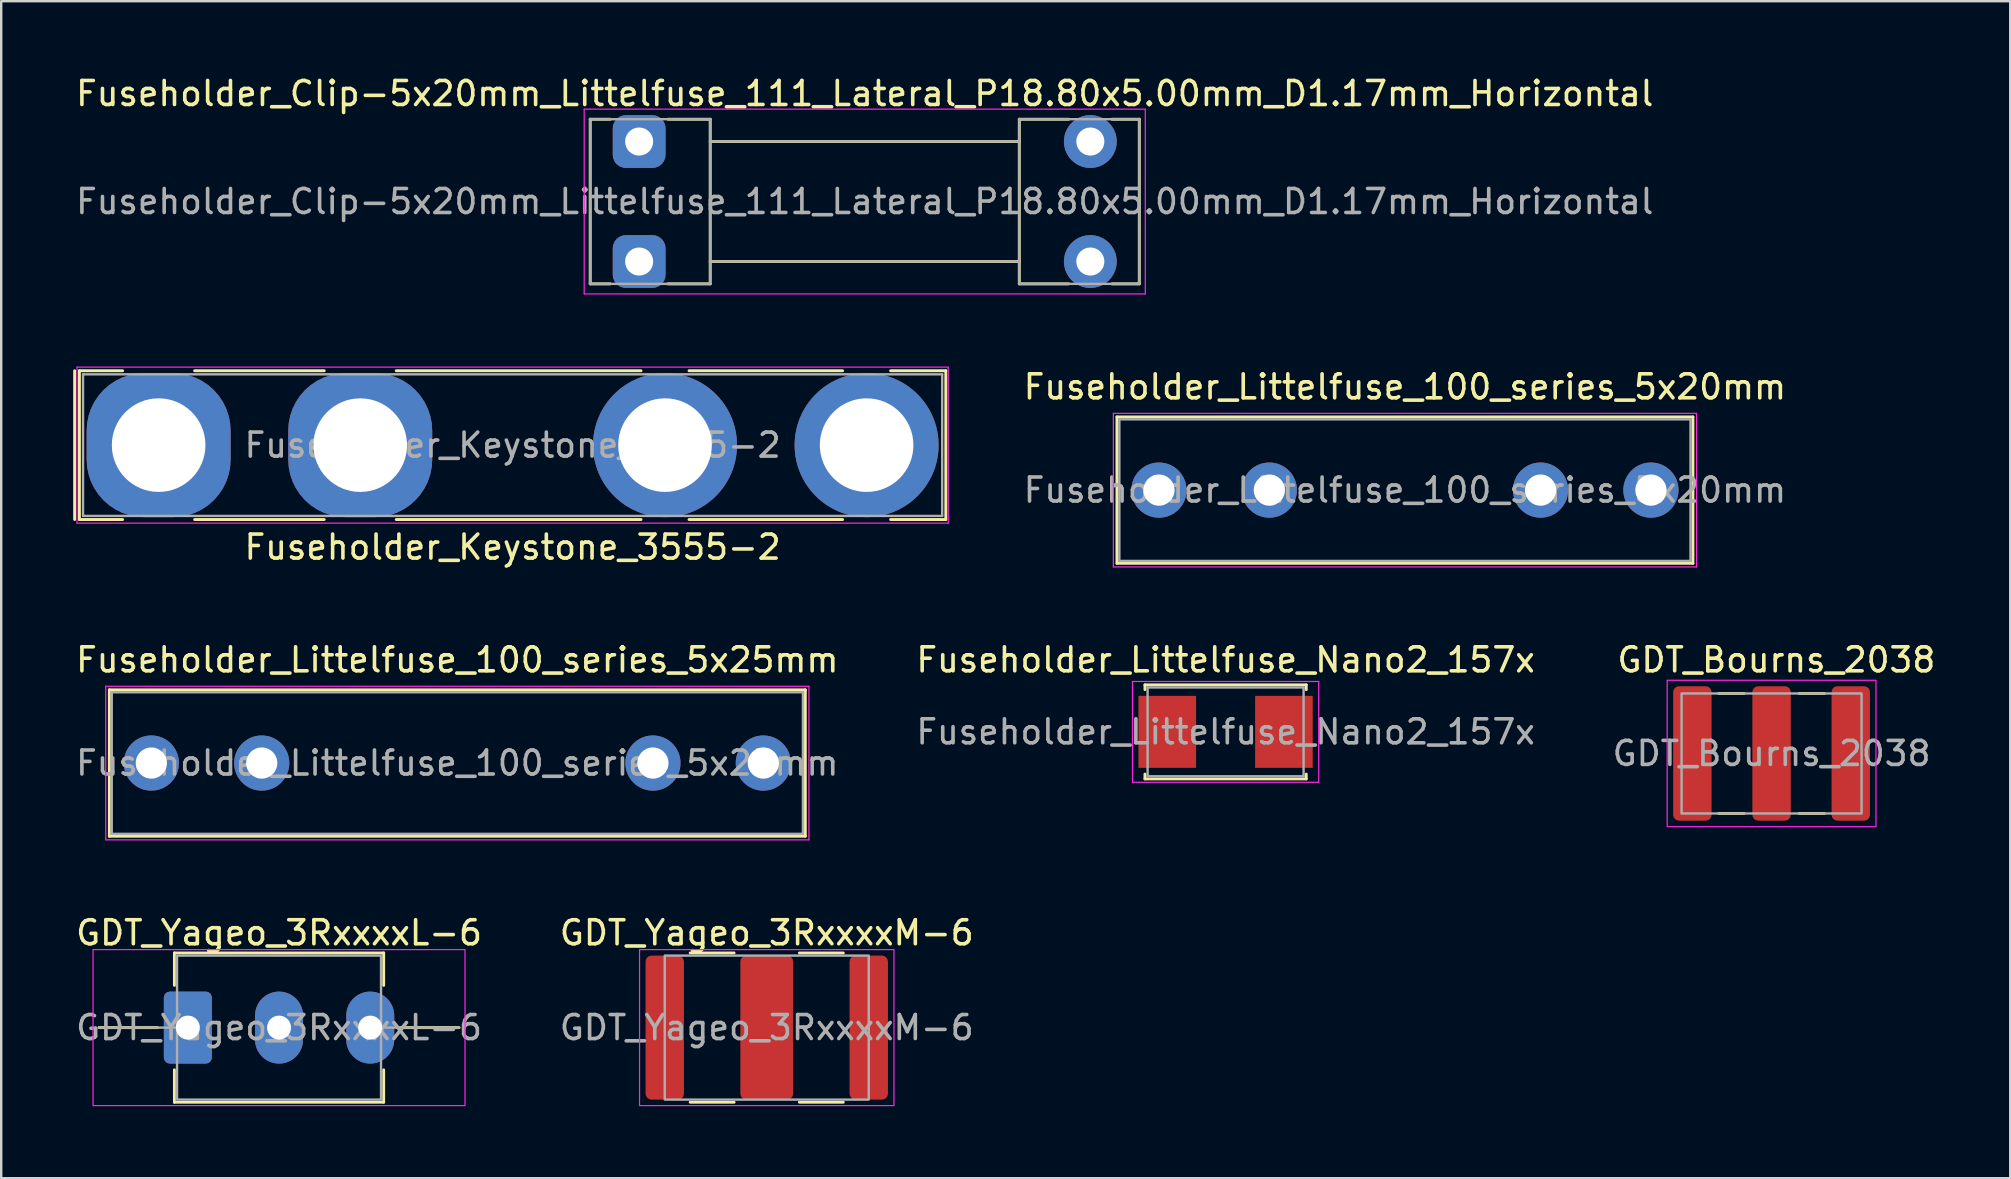
<source format=kicad_pcb>
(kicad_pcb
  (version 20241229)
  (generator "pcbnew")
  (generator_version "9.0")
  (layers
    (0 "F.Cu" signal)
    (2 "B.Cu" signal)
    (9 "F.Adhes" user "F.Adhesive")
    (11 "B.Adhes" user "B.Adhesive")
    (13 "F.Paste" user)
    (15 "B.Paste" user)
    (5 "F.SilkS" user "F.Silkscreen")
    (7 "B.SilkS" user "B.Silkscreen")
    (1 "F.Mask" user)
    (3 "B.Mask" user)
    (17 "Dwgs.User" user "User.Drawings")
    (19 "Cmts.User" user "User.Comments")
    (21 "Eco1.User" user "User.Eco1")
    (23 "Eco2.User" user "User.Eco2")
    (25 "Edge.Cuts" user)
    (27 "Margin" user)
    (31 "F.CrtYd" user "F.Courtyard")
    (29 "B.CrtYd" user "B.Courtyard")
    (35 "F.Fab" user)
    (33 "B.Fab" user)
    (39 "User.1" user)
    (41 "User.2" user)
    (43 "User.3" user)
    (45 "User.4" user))
  (footprint "Fuseholder_Littelfuse_100_series_5x20mm"
    (layer "F.Cu")
    (at 45.241 17.372)
    (property "Reference" "Fuseholder_Littelfuse_100_series_5x20mm" (at 10.25 -4.3 0) (unlocked yes) (layer "F.SilkS") (effects (font (size 1 1) (thickness 0.15))))
    (attr through_hole)
    (fp_line (start -1.75 -3.05) (end 22.25 -3.05) (stroke (width 0.12) (type solid)) (layer "F.SilkS"))
    (fp_line (start -1.75 3.05) (end -1.75 -3.05) (stroke (width 0.12) (type solid)) (layer "F.SilkS"))
    (fp_line (start 22.25 -3.05) (end 22.25 3.05) (stroke (width 0.12) (type solid)) (layer "F.SilkS"))
    (fp_line (start 22.25 3.05) (end -1.75 3.05) (stroke (width 0.12) (type solid)) (layer "F.SilkS"))
    (fp_line (start -1.9 -3.2) (end 22.4 -3.2) (stroke (width 0.05) (type solid)) (layer "F.CrtYd"))
    (fp_line (start -1.9 3.2) (end -1.9 -3.2) (stroke (width 0.05) (type solid)) (layer "F.CrtYd"))
    (fp_line (start 22.4 -3.2) (end 22.4 3.2) (stroke (width 0.05) (type solid)) (layer "F.CrtYd"))
    (fp_line (start 22.4 3.2) (end -1.9 3.2) (stroke (width 0.05) (type solid)) (layer "F.CrtYd"))
    (fp_line (start -1.65 -2.95) (end 22.15 -2.95) (stroke (width 0.1) (type solid)) (layer "F.Fab"))
    (fp_line (start -1.65 2.95) (end -1.65 -2.95) (stroke (width 0.1) (type solid)) (layer "F.Fab"))
    (fp_line (start 22.15 -2.95) (end 22.15 2.95) (stroke (width 0.1) (type solid)) (layer "F.Fab"))
    (fp_line (start 22.15 2.95) (end -1.65 2.95) (stroke (width 0.1) (type solid)) (layer "F.Fab"))
    (fp_text user "${REFERENCE}" (at 10.25 0 0) (unlocked yes) (layer "F.Fab") (effects (font (size 1 1) (thickness 0.15))))
    (pad "1" thru_hole circle (at 0 0) (size 2.3 2.3) (drill 1.3) (layers "*.Cu" "*.Mask"))
    (pad "1" thru_hole circle (at 4.6 0) (size 2.3 2.3) (drill 1.3) (layers "*.Cu" "*.Mask"))
    (pad "2" thru_hole circle (at 15.9 0) (size 2.3 2.3) (drill 1.3) (layers "*.Cu" "*.Mask"))
    (pad "2" thru_hole circle (at 20.5 0) (size 2.3 2.3) (drill 1.3) (layers "*.Cu" "*.Mask")))
  (footprint "Fuseholder_Littelfuse_Nano2_157x"
    (layer "F.Cu")
    (at 48.018 27.445)
    (property "Reference" "Fuseholder_Littelfuse_Nano2_157x" (at 0 -3 0) (layer "F.SilkS") (effects (font (size 1 1) (thickness 0.15))))
    (attr smd)
    (fp_line (start -3.36 -1.96) (end -3.36 -1.76) (stroke (width 0.12) (type solid)) (layer "F.SilkS"))
    (fp_line (start -3.36 -1.96) (end 3.36 -1.96) (stroke (width 0.12) (type solid)) (layer "F.SilkS"))
    (fp_line (start -3.36 1.76) (end -3.36 1.96) (stroke (width 0.12) (type solid)) (layer "F.SilkS"))
    (fp_line (start -3.36 1.96) (end 3.36 1.96) (stroke (width 0.12) (type solid)) (layer "F.SilkS"))
    (fp_line (start 3.36 -1.96) (end 3.36 -1.76) (stroke (width 0.12) (type solid)) (layer "F.SilkS"))
    (fp_line (start 3.36 1.76) (end 3.36 1.96) (stroke (width 0.12) (type solid)) (layer "F.SilkS"))
    (fp_line (start -3.88 -2.1) (end -3.88 2.1) (stroke (width 0.05) (type solid)) (layer "F.CrtYd"))
    (fp_line (start -3.88 -2.1) (end 3.88 -2.1) (stroke (width 0.05) (type solid)) (layer "F.CrtYd"))
    (fp_line (start -3.88 2.1) (end 3.88 2.1) (stroke (width 0.05) (type solid)) (layer "F.CrtYd"))
    (fp_line (start 3.88 -2.1) (end 3.88 2.1) (stroke (width 0.05) (type solid)) (layer "F.CrtYd"))
    (fp_line (start -3.25 -1.85) (end -3.25 1.85) (stroke (width 0.1) (type solid)) (layer "F.Fab"))
    (fp_line (start -3.25 -1.85) (end 3.25 -1.85) (stroke (width 0.1) (type solid)) (layer "F.Fab"))
    (fp_line (start -3.25 1.85) (end 3.25 1.85) (stroke (width 0.1) (type solid)) (layer "F.Fab"))
    (fp_line (start 3.25 -1.85) (end 3.25 1.85) (stroke (width 0.1) (type solid)) (layer "F.Fab"))
    (fp_text user "${REFERENCE}" (at 0 0 0) (layer "F.Fab") (effects (font (size 1 1) (thickness 0.15))))
    (pad "1" smd rect (at -2.43 0) (size 2.4 3) (layers "F.Cu" "F.Mask" "F.Paste"))
    (pad "2" smd rect (at 2.43 0) (size 2.4 3) (layers "F.Cu" "F.Mask" "F.Paste")))
  (footprint "GDT_Yageo_3RxxxxM-6"
    (layer "F.Cu")
    (at 28.899 39.768)
    (property "Reference" "GDT_Yageo_3RxxxxM-6" (at 0 -3.95 0) (layer "F.SilkS") (effects (font (size 1 1) (thickness 0.15))))
    (attr smd)
    (fp_line (start -3.19 -3.11) (end -1.36 -3.11) (stroke (width 0.12) (type solid)) (layer "F.SilkS"))
    (fp_line (start -1.36 3.11) (end -3.19 3.11) (stroke (width 0.12) (type solid)) (layer "F.SilkS"))
    (fp_line (start 1.36 -3.11) (end 3.19 -3.11) (stroke (width 0.12) (type solid)) (layer "F.SilkS"))
    (fp_line (start 3.19 3.11) (end 1.36 3.11) (stroke (width 0.12) (type solid)) (layer "F.SilkS"))
    (fp_rect (start -5.3 -3.25) (end 5.3 3.25) (stroke (width 0.05) (type solid)) (fill no) (layer "F.CrtYd"))
    (fp_rect (start -4.25 -3) (end 4.25 3) (stroke (width 0.1) (type solid)) (fill no) (layer "F.Fab"))
    (fp_text user "${REFERENCE}" (at 0 0 0) (layer "F.Fab") (effects (font (size 1 1) (thickness 0.15))))
    (pad "1" smd roundrect (at -4.25 0) (size 1.6 6) (layers "F.Cu" "F.Mask" "F.Paste") (roundrect_rratio 0.156))
    (pad "2" smd roundrect (at 0 0) (size 2.2 6) (layers "F.Cu" "F.Mask" "F.Paste") (roundrect_rratio 0.114))
    (pad "3" smd roundrect (at 4.25 0) (size 1.6 6) (layers "F.Cu" "F.Mask" "F.Paste") (roundrect_rratio 0.156)))
  (footprint "GDT_Yageo_3RxxxxL-6"
    (layer "F.Cu")
    (at 4.777 39.768)
    (property "Reference" "GDT_Yageo_3RxxxxL-6" (at 3.8 -3.95 0) (layer "F.SilkS") (effects (font (size 1 1) (thickness 0.15))))
    (attr through_hole)
    (fp_line (start -3.7 0) (end -1.26 0) (stroke (width 0.12) (type solid)) (layer "F.SilkS"))
    (fp_line (start -0.56 -3.11) (end 8.16 -3.11) (stroke (width 0.12) (type solid)) (layer "F.SilkS"))
    (fp_line (start -0.56 -1.76) (end -0.56 -3.11) (stroke (width 0.12) (type solid)) (layer "F.SilkS"))
    (fp_line (start -0.56 3.11) (end -0.56 1.76) (stroke (width 0.12) (type solid)) (layer "F.SilkS"))
    (fp_line (start 8.16 -3.11) (end 8.16 -1.76) (stroke (width 0.12) (type solid)) (layer "F.SilkS"))
    (fp_line (start 8.16 1.76) (end 8.16 3.11) (stroke (width 0.12) (type solid)) (layer "F.SilkS"))
    (fp_line (start 8.16 3.11) (end -0.56 3.11) (stroke (width 0.12) (type solid)) (layer "F.SilkS"))
    (fp_line (start 8.86 0) (end 11.3 0) (stroke (width 0.12) (type solid)) (layer "F.SilkS"))
    (fp_rect (start -3.95 -3.25) (end 11.55 3.25) (stroke (width 0.05) (type solid)) (fill no) (layer "F.CrtYd"))
    (fp_line (start -3.7 0) (end -0.45 0) (stroke (width 0.1) (type solid)) (layer "F.Fab"))
    (fp_line (start 8.05 0) (end 11.3 0) (stroke (width 0.1) (type solid)) (layer "F.Fab"))
    (fp_rect (start -0.45 -3) (end 8.05 3) (stroke (width 0.1) (type solid)) (fill no) (layer "F.Fab"))
    (fp_text user "${REFERENCE}" (at 3.8 0 0) (layer "F.Fab") (effects (font (size 1 1) (thickness 0.15))))
    (pad "1" thru_hole roundrect (at 0 0) (size 2 3) (drill 1) (layers "*.Cu" "*.Mask") (roundrect_rratio 0.125))
    (pad "2" thru_hole oval (at 3.8 0) (size 2 3) (drill 1) (layers "*.Cu" "*.Mask"))
    (pad "3" thru_hole oval (at 7.6 0) (size 2 3) (drill 1) (layers "*.Cu" "*.Mask")))
  (footprint "Fuseholder_Clip-5x20mm_Littelfuse_111_Lateral_P18.80x5.00mm_D1.17mm_Horizontal"
    (layer "F.Cu")
    (at 23.582 2.848)
    (property "Reference" "Fuseholder_Clip-5x20mm_Littelfuse_111_Lateral_P18.80x5.00mm_D1.17mm_Horizontal" (at 9.4 -2 0) (layer "F.SilkS") (effects (font (size 1 1) (thickness 0.15))))
    (attr through_hole)
    (fp_line (start -2.04 5.93) (end -2.04 -0.93) (stroke (width 0.12) (type solid)) (layer "F.SilkS"))
    (fp_line (start -1.2 -0.93) (end -2.04 -0.93) (stroke (width 0.12) (type solid)) (layer "F.SilkS"))
    (fp_line (start -1.2 5.93) (end -2.04 5.93) (stroke (width 0.12) (type solid)) (layer "F.SilkS"))
    (fp_line (start 2.96 -0.93) (end 1.2 -0.93) (stroke (width 0.12) (type solid)) (layer "F.SilkS"))
    (fp_line (start 2.96 -0.93) (end 2.96 5.93) (stroke (width 0.12) (type solid)) (layer "F.SilkS"))
    (fp_line (start 2.96 5.93) (end 1.2 5.93) (stroke (width 0.12) (type solid)) (layer "F.SilkS"))
    (fp_line (start 15.84 -0.93) (end 15.84 5.93) (stroke (width 0.12) (type solid)) (layer "F.SilkS"))
    (fp_line (start 15.84 0) (end 2.96 0) (stroke (width 0.12) (type solid)) (layer "F.SilkS"))
    (fp_line (start 15.84 5) (end 2.96 5) (stroke (width 0.12) (type solid)) (layer "F.SilkS"))
    (fp_line (start 17.9 -0.93) (end 15.84 -0.93) (stroke (width 0.12) (type solid)) (layer "F.SilkS"))
    (fp_line (start 17.9 5.93) (end 15.84 5.93) (stroke (width 0.12) (type solid)) (layer "F.SilkS"))
    (fp_line (start 19.7 -0.93) (end 20.84 -0.93) (stroke (width 0.12) (type solid)) (layer "F.SilkS"))
    (fp_line (start 19.7 5.93) (end 20.84 5.93) (stroke (width 0.12) (type solid)) (layer "F.SilkS"))
    (fp_line (start 20.84 -0.93) (end 20.84 5.93) (stroke (width 0.12) (type solid)) (layer "F.SilkS"))
    (fp_line (start -2.29 -1.35) (end -2.29 6.35) (stroke (width 0.05) (type solid)) (layer "F.CrtYd"))
    (fp_line (start -2.29 -1.35) (end 21.09 -1.35) (stroke (width 0.05) (type solid)) (layer "F.CrtYd"))
    (fp_line (start 21.09 6.35) (end -2.29 6.35) (stroke (width 0.05) (type solid)) (layer "F.CrtYd"))
    (fp_line (start 21.09 6.35) (end 21.09 -1.35) (stroke (width 0.05) (type solid)) (layer "F.CrtYd"))
    (fp_line (start -2.04 -0.93) (end 2.96 -0.93) (stroke (width 0.1) (type solid)) (layer "F.Fab"))
    (fp_line (start -2.04 5.93) (end -2.04 -0.93) (stroke (width 0.1) (type solid)) (layer "F.Fab"))
    (fp_line (start 2.96 -0.93) (end 2.96 5.93) (stroke (width 0.1) (type solid)) (layer "F.Fab"))
    (fp_line (start 2.96 0) (end 15.84 0) (stroke (width 0.1) (type solid)) (layer "F.Fab"))
    (fp_line (start 2.96 5.93) (end -2.04 5.93) (stroke (width 0.1) (type solid)) (layer "F.Fab"))
    (fp_line (start 15.84 -0.93) (end 15.84 5.93) (stroke (width 0.1) (type solid)) (layer "F.Fab"))
    (fp_line (start 15.84 5) (end 2.96 5) (stroke (width 0.1) (type solid)) (layer "F.Fab"))
    (fp_line (start 15.84 5.93) (end 20.84 5.93) (stroke (width 0.1) (type solid)) (layer "F.Fab"))
    (fp_line (start 20.84 -0.93) (end 15.84 -0.93) (stroke (width 0.1) (type solid)) (layer "F.Fab"))
    (fp_line (start 20.84 5.93) (end 20.84 -0.93) (stroke (width 0.1) (type solid)) (layer "F.Fab"))
    (fp_text user "${REFERENCE}" (at 9.4 2.5 0) (layer "F.Fab") (effects (font (size 1 1) (thickness 0.15))))
    (pad "1" thru_hole roundrect (at 0 0) (size 2.2 2.2) (drill 1.17) (layers "*.Cu" "*.Mask") (roundrect_rratio 0.25))
    (pad "1" thru_hole roundrect (at 0 5) (size 2.2 2.2) (drill 1.17) (layers "*.Cu" "*.Mask") (roundrect_rratio 0.25))
    (pad "2" thru_hole circle (at 18.8 0) (size 2.2 2.2) (drill 1.17) (layers "*.Cu" "*.Mask"))
    (pad "2" thru_hole circle (at 18.8 5) (size 2.2 2.2) (drill 1.17) (layers "*.Cu" "*.Mask")))
  (footprint "GDT_Bourns_2038"
    (layer "F.Cu")
    (at 70.768 28.345)
    (property "Reference" "GDT_Bourns_2038" (at 0.2 -3.9 0) (unlocked yes) (layer "F.SilkS") (effects (font (size 1 1) (thickness 0.15))))
    (attr smd)
    (fp_line (start -2.2 -2.5) (end -1.15 -2.5) (stroke (width 0.12) (type solid)) (layer "F.SilkS"))
    (fp_line (start -2.2 2.5) (end -1.15 2.5) (stroke (width 0.12) (type solid)) (layer "F.SilkS"))
    (fp_line (start 1.15 -2.5) (end 2.2 -2.5) (stroke (width 0.12) (type solid)) (layer "F.SilkS"))
    (fp_line (start 1.15 2.5) (end 2.2 2.5) (stroke (width 0.12) (type solid)) (layer "F.SilkS"))
    (fp_rect (start -4.35 -3.05) (end 4.35 3.05) (stroke (width 0.05) (type solid)) (fill no) (layer "F.CrtYd"))
    (fp_rect (start -3.75 -2.5) (end 3.75 2.5) (stroke (width 0.1) (type solid)) (fill no) (layer "F.Fab"))
    (fp_text user "${REFERENCE}" (at 0 0 0) (unlocked yes) (layer "F.Fab") (effects (font (size 1 1) (thickness 0.15))))
    (pad "1" smd roundrect (at -3.3 0 180) (size 1.6 5.6) (layers "F.Cu" "F.Mask" "F.Paste") (roundrect_rratio 0.15))
    (pad "2" smd roundrect (at 0 0 180) (size 1.6 5.6) (layers "F.Cu" "F.Mask" "F.Paste") (roundrect_rratio 0.15))
    (pad "3" smd roundrect (at 3.3 0 180) (size 1.6 5.6) (layers "F.Cu" "F.Mask" "F.Paste") (roundrect_rratio 0.15)))
  (footprint "Fuseholder_Littelfuse_100_series_5x25mm"
    (layer "F.Cu")
    (at 3.256 28.745)
    (property "Reference" "Fuseholder_Littelfuse_100_series_5x25mm" (at 12.75 -4.3 0) (unlocked yes) (layer "F.SilkS") (effects (font (size 1 1) (thickness 0.15))))
    (attr through_hole)
    (fp_line (start -1.75 -3.05) (end 27.25 -3.05) (stroke (width 0.12) (type solid)) (layer "F.SilkS"))
    (fp_line (start -1.75 3.05) (end -1.75 -3.05) (stroke (width 0.12) (type solid)) (layer "F.SilkS"))
    (fp_line (start 27.25 -3.05) (end 27.25 3.05) (stroke (width 0.12) (type solid)) (layer "F.SilkS"))
    (fp_line (start 27.25 3.05) (end -1.75 3.05) (stroke (width 0.12) (type solid)) (layer "F.SilkS"))
    (fp_line (start -1.9 -3.2) (end 27.4 -3.2) (stroke (width 0.05) (type solid)) (layer "F.CrtYd"))
    (fp_line (start -1.9 3.2) (end -1.9 -3.2) (stroke (width 0.05) (type solid)) (layer "F.CrtYd"))
    (fp_line (start 27.4 -3.2) (end 27.4 3.2) (stroke (width 0.05) (type solid)) (layer "F.CrtYd"))
    (fp_line (start 27.4 3.2) (end -1.9 3.2) (stroke (width 0.05) (type solid)) (layer "F.CrtYd"))
    (fp_line (start -1.65 -2.95) (end 27.15 -2.95) (stroke (width 0.1) (type solid)) (layer "F.Fab"))
    (fp_line (start -1.65 2.95) (end -1.65 -2.95) (stroke (width 0.1) (type solid)) (layer "F.Fab"))
    (fp_line (start 27.15 -2.95) (end 27.15 2.95) (stroke (width 0.1) (type solid)) (layer "F.Fab"))
    (fp_line (start 27.15 2.95) (end -1.65 2.95) (stroke (width 0.1) (type solid)) (layer "F.Fab"))
    (fp_text user "${REFERENCE}" (at 12.75 0 0) (unlocked yes) (layer "F.Fab") (effects (font (size 1 1) (thickness 0.15))))
    (pad "1" thru_hole circle (at 0 0) (size 2.3 2.3) (drill 1.3) (layers "*.Cu" "*.Mask"))
    (pad "1" thru_hole circle (at 4.6 0) (size 2.3 2.3) (drill 1.3) (layers "*.Cu" "*.Mask"))
    (pad "2" thru_hole circle (at 20.9 0) (size 2.3 2.3) (drill 1.3) (layers "*.Cu" "*.Mask"))
    (pad "2" thru_hole circle (at 25.5 0) (size 2.3 2.3) (drill 1.3) (layers "*.Cu" "*.Mask")))
  (footprint "Fuseholder_Keystone_3555-2"
    (layer "F.Cu")
    (at 3.56 15.498)
    (property "Reference" "Fuseholder_Keystone_3555-2" (at 14.75 4.25 0) (layer "F.SilkS") (effects (font (size 1 1) (thickness 0.15))))
    (attr through_hole)
    (fp_line (start -3.5 -3.1) (end -3.5 3.1) (stroke (width 0.12) (type solid)) (layer "F.SilkS"))
    (fp_line (start -3.3 -3.1) (end -1.5 -3.1) (stroke (width 0.12) (type solid)) (layer "F.SilkS"))
    (fp_line (start -3.3 3.1) (end -3.3 -3.1) (stroke (width 0.12) (type solid)) (layer "F.SilkS"))
    (fp_line (start -3.3 3.1) (end -1.5 3.1) (stroke (width 0.12) (type solid)) (layer "F.SilkS"))
    (fp_line (start 1.5 -3.1) (end 6.9 -3.1) (stroke (width 0.12) (type solid)) (layer "F.SilkS"))
    (fp_line (start 1.5 3.1) (end 6.9 3.1) (stroke (width 0.12) (type solid)) (layer "F.SilkS"))
    (fp_line (start 9.9 -3.1) (end 20.1 -3.1) (stroke (width 0.12) (type solid)) (layer "F.SilkS"))
    (fp_line (start 9.9 3.1) (end 20.1 3.1) (stroke (width 0.12) (type solid)) (layer "F.SilkS"))
    (fp_line (start 22.1 -3.1) (end 28.5 -3.1) (stroke (width 0.12) (type solid)) (layer "F.SilkS"))
    (fp_line (start 22.1 3.1) (end 28.5 3.1) (stroke (width 0.12) (type solid)) (layer "F.SilkS"))
    (fp_line (start 30.5 -3.1) (end 32.8 -3.1) (stroke (width 0.12) (type solid)) (layer "F.SilkS"))
    (fp_line (start 30.5 3.1) (end 32.8 3.1) (stroke (width 0.12) (type solid)) (layer "F.SilkS"))
    (fp_line (start 32.8 -3.1) (end 32.8 3.1) (stroke (width 0.12) (type solid)) (layer "F.SilkS"))
    (fp_line (start -3.4 -3.25) (end 32.9 -3.25) (stroke (width 0.05) (type solid)) (layer "F.CrtYd"))
    (fp_line (start -3.4 3.25) (end -3.4 -3.25) (stroke (width 0.05) (type solid)) (layer "F.CrtYd"))
    (fp_line (start 32.9 -3.25) (end 32.9 3.25) (stroke (width 0.05) (type solid)) (layer "F.CrtYd"))
    (fp_line (start 32.9 3.25) (end -3.4 3.25) (stroke (width 0.05) (type solid)) (layer "F.CrtYd"))
    (fp_line (start -3.15 -2.95) (end 32.65 -2.95) (stroke (width 0.1) (type solid)) (layer "F.Fab"))
    (fp_line (start -3.15 2.95) (end -3.15 -2.95) (stroke (width 0.1) (type solid)) (layer "F.Fab"))
    (fp_line (start 32.65 -2.95) (end 32.65 2.95) (stroke (width 0.1) (type solid)) (layer "F.Fab"))
    (fp_line (start 32.65 2.95) (end -3.15 2.95) (stroke (width 0.1) (type solid)) (layer "F.Fab"))
    (fp_text user "${REFERENCE}" (at 14.75 0 0) (layer "F.Fab") (effects (font (size 1 1) (thickness 0.15))))
    (pad "1" thru_hole roundrect (at 0 0 90) (size 6 6) (drill 3.9) (layers "*.Cu" "*.Mask") (roundrect_rratio 0.4))
    (pad "1" thru_hole roundrect (at 8.4 0) (size 6 6) (drill 3.9) (layers "*.Cu" "*.Mask") (roundrect_rratio 0.4))
    (pad "2" thru_hole circle (at 21.1 0) (size 6 6) (drill 3.9) (layers "*.Cu" "*.Mask"))
    (pad "2" thru_hole circle (at 29.5 0) (size 6 6) (drill 3.9) (layers "*.Cu" "*.Mask")))
  (gr_rect
    (start -3 -3)
    (end 80.712 46.043)
    (stroke (width 0.1) (type default))
    (fill no)
    (layer "Edge.Cuts")))
</source>
